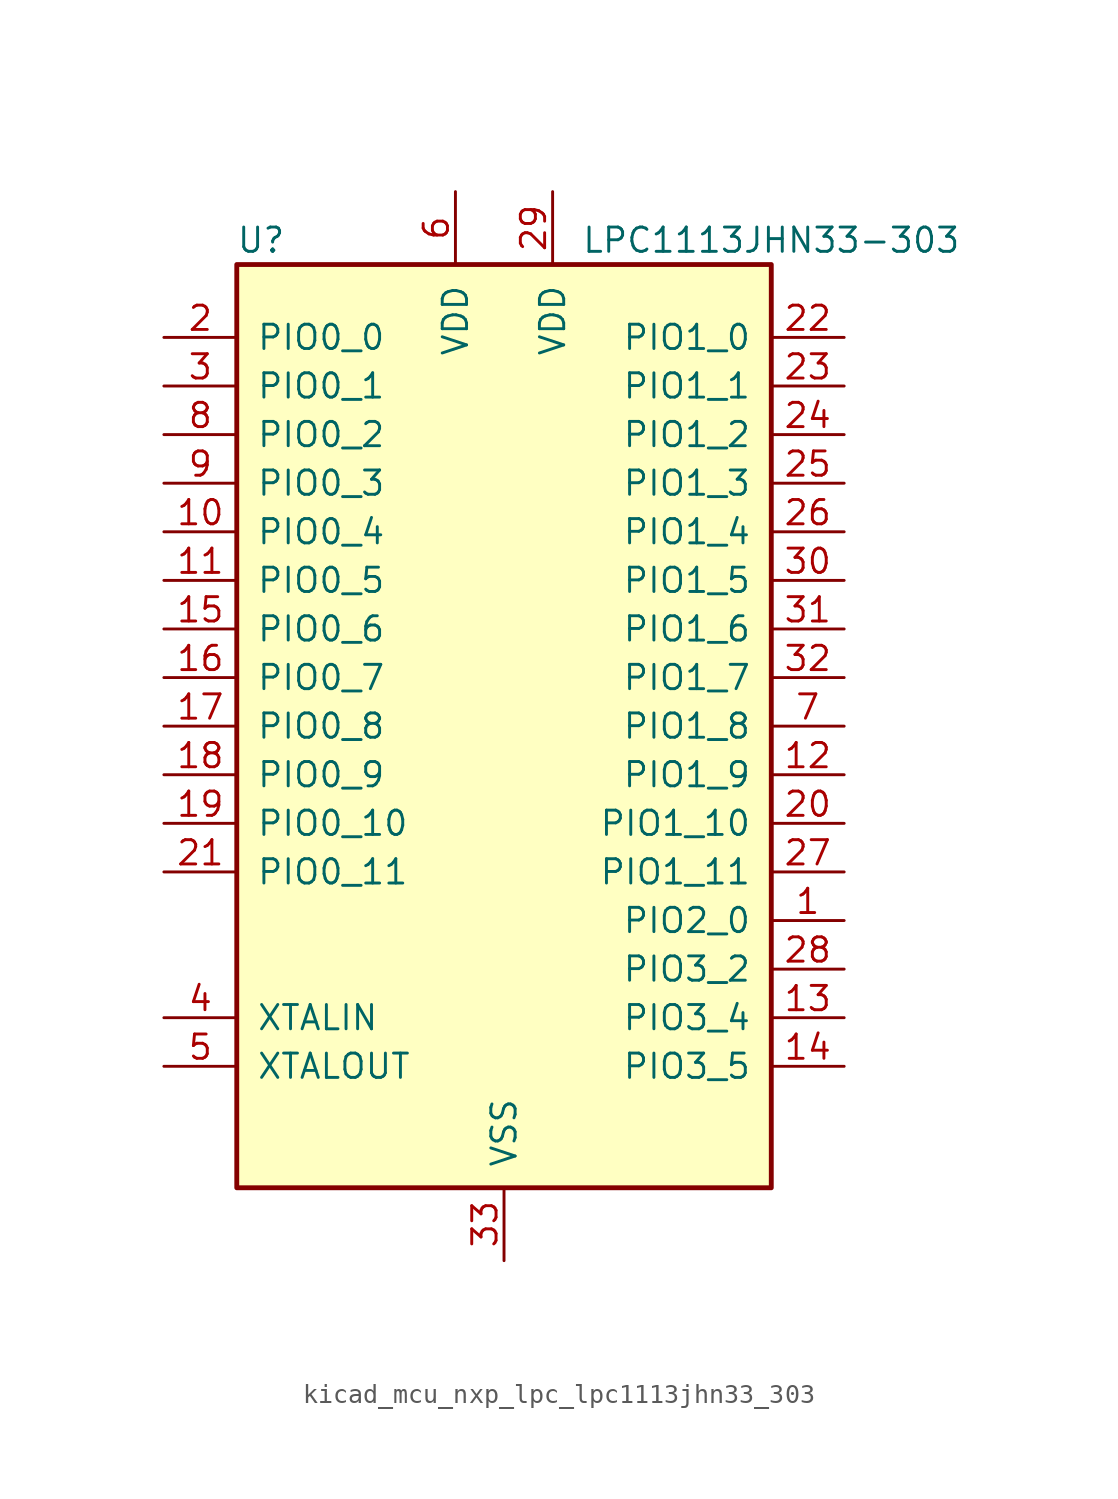
<source format=kicad_sym>
(kicad_symbol_lib
  (version 20220914)
  (generator kicad_symbol_editor)
  (symbol "kicad_mcu_nxp_lpc_lpc1113jhn33_303"
    (pin_names
      (offset 1.016))
    (property "Reference" "U"
      (at -12.7 25.4 0)
      (effects (font (size 1.27 1.27))))
    (property "Value" "LPC1113JHN33-303"
      (at 13.97 25.4 0)
      (effects (font (size 1.27 1.27))))
    (symbol "kicad_mcu_nxp_lpc_lpc1113jhn33_303_0_1"
      (rectangle (start -13.97 24.13) (end 13.97 -24.13) (stroke (width 0.254) (type default)) (fill (type background))))
    (symbol "kicad_mcu_nxp_lpc_lpc1113jhn33_303_1_1"
      (pin bidirectional line (at 17.78 -10.16 180) (length 3.81) (name "PIO2_0" (effects (font (size 1.27 1.27)))) (number "1" (effects (font (size 1.27 1.27)))))
      (pin bidirectional line (at -17.78 10.16 0) (length 3.81) (name "PIO0_4" (effects (font (size 1.27 1.27)))) (number "10" (effects (font (size 1.27 1.27)))))
      (pin bidirectional line (at -17.78 7.62 0) (length 3.81) (name "PIO0_5" (effects (font (size 1.27 1.27)))) (number "11" (effects (font (size 1.27 1.27)))))
      (pin bidirectional line (at 17.78 -2.54 180) (length 3.81) (name "PIO1_9" (effects (font (size 1.27 1.27)))) (number "12" (effects (font (size 1.27 1.27)))))
      (pin bidirectional line (at 17.78 -15.24 180) (length 3.81) (name "PIO3_4" (effects (font (size 1.27 1.27)))) (number "13" (effects (font (size 1.27 1.27)))))
      (pin bidirectional line (at 17.78 -17.78 180) (length 3.81) (name "PIO3_5" (effects (font (size 1.27 1.27)))) (number "14" (effects (font (size 1.27 1.27)))))
      (pin bidirectional line (at -17.78 5.08 0) (length 3.81) (name "PIO0_6" (effects (font (size 1.27 1.27)))) (number "15" (effects (font (size 1.27 1.27)))))
      (pin bidirectional line (at -17.78 2.54 0) (length 3.81) (name "PIO0_7" (effects (font (size 1.27 1.27)))) (number "16" (effects (font (size 1.27 1.27)))))
      (pin bidirectional line (at -17.78 0 0) (length 3.81) (name "PIO0_8" (effects (font (size 1.27 1.27)))) (number "17" (effects (font (size 1.27 1.27)))))
      (pin bidirectional line (at -17.78 -2.54 0) (length 3.81) (name "PIO0_9" (effects (font (size 1.27 1.27)))) (number "18" (effects (font (size 1.27 1.27)))))
      (pin bidirectional line (at -17.78 -5.08 0) (length 3.81) (name "PIO0_10" (effects (font (size 1.27 1.27)))) (number "19" (effects (font (size 1.27 1.27)))))
      (pin bidirectional line (at -17.78 20.32 0) (length 3.81) (name "PIO0_0" (effects (font (size 1.27 1.27)))) (number "2" (effects (font (size 1.27 1.27)))))
      (pin bidirectional line (at 17.78 -5.08 180) (length 3.81) (name "PIO1_10" (effects (font (size 1.27 1.27)))) (number "20" (effects (font (size 1.27 1.27)))))
      (pin bidirectional line (at -17.78 -7.62 0) (length 3.81) (name "PIO0_11" (effects (font (size 1.27 1.27)))) (number "21" (effects (font (size 1.27 1.27)))))
      (pin bidirectional line (at 17.78 20.32 180) (length 3.81) (name "PIO1_0" (effects (font (size 1.27 1.27)))) (number "22" (effects (font (size 1.27 1.27)))))
      (pin bidirectional line (at 17.78 17.78 180) (length 3.81) (name "PIO1_1" (effects (font (size 1.27 1.27)))) (number "23" (effects (font (size 1.27 1.27)))))
      (pin bidirectional line (at 17.78 15.24 180) (length 3.81) (name "PIO1_2" (effects (font (size 1.27 1.27)))) (number "24" (effects (font (size 1.27 1.27)))))
      (pin bidirectional line (at 17.78 12.7 180) (length 3.81) (name "PIO1_3" (effects (font (size 1.27 1.27)))) (number "25" (effects (font (size 1.27 1.27)))))
      (pin bidirectional line (at 17.78 10.16 180) (length 3.81) (name "PIO1_4" (effects (font (size 1.27 1.27)))) (number "26" (effects (font (size 1.27 1.27)))))
      (pin bidirectional line (at 17.78 -7.62 180) (length 3.81) (name "PIO1_11" (effects (font (size 1.27 1.27)))) (number "27" (effects (font (size 1.27 1.27)))))
      (pin bidirectional line (at 17.78 -12.7 180) (length 3.81) (name "PIO3_2" (effects (font (size 1.27 1.27)))) (number "28" (effects (font (size 1.27 1.27)))))
      (pin power_in line (at 2.54 27.94 270) (length 3.81) (name "VDD" (effects (font (size 1.27 1.27)))) (number "29" (effects (font (size 1.27 1.27)))))
      (pin bidirectional line (at -17.78 17.78 0) (length 3.81) (name "PIO0_1" (effects (font (size 1.27 1.27)))) (number "3" (effects (font (size 1.27 1.27)))))
      (pin bidirectional line (at 17.78 7.62 180) (length 3.81) (name "PIO1_5" (effects (font (size 1.27 1.27)))) (number "30" (effects (font (size 1.27 1.27)))))
      (pin bidirectional line (at 17.78 5.08 180) (length 3.81) (name "PIO1_6" (effects (font (size 1.27 1.27)))) (number "31" (effects (font (size 1.27 1.27)))))
      (pin bidirectional line (at 17.78 2.54 180) (length 3.81) (name "PIO1_7" (effects (font (size 1.27 1.27)))) (number "32" (effects (font (size 1.27 1.27)))))
      (pin power_in line (at 0 -27.94 90) (length 3.81) (name "VSS" (effects (font (size 1.27 1.27)))) (number "33" (effects (font (size 1.27 1.27)))))
      (pin input line (at -17.78 -15.24 0) (length 3.81) (name "XTALIN" (effects (font (size 1.27 1.27)))) (number "4" (effects (font (size 1.27 1.27)))))
      (pin output line (at -17.78 -17.78 0) (length 3.81) (name "XTALOUT" (effects (font (size 1.27 1.27)))) (number "5" (effects (font (size 1.27 1.27)))))
      (pin power_in line (at -2.54 27.94 270) (length 3.81) (name "VDD" (effects (font (size 1.27 1.27)))) (number "6" (effects (font (size 1.27 1.27)))))
      (pin bidirectional line (at 17.78 0 180) (length 3.81) (name "PIO1_8" (effects (font (size 1.27 1.27)))) (number "7" (effects (font (size 1.27 1.27)))))
      (pin bidirectional line (at -17.78 15.24 0) (length 3.81) (name "PIO0_2" (effects (font (size 1.27 1.27)))) (number "8" (effects (font (size 1.27 1.27)))))
      (pin bidirectional line (at -17.78 12.7 0) (length 3.81) (name "PIO0_3" (effects (font (size 1.27 1.27)))) (number "9" (effects (font (size 1.27 1.27))))))))
</source>
